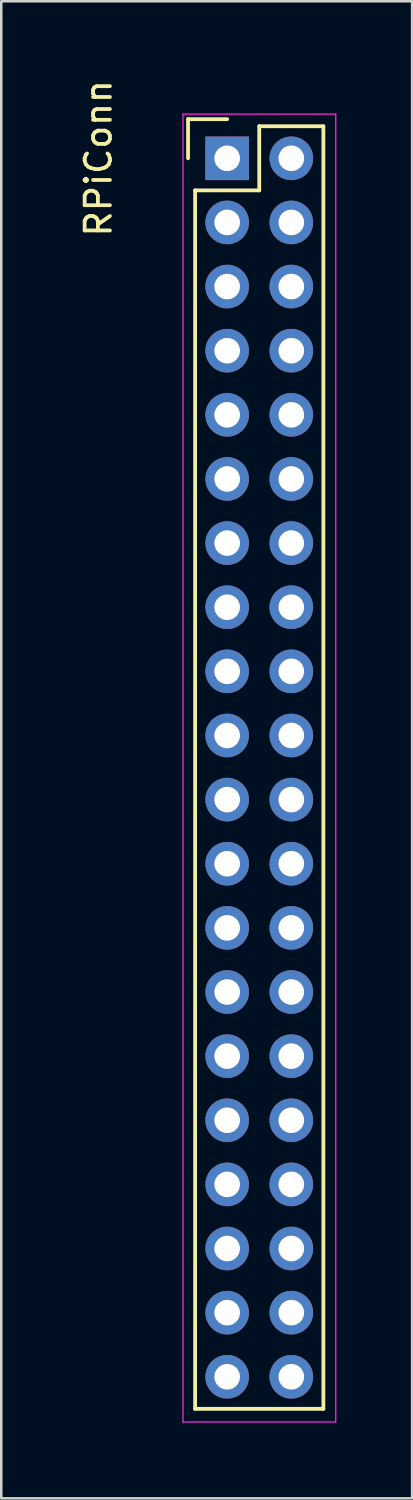
<source format=kicad_pcb>
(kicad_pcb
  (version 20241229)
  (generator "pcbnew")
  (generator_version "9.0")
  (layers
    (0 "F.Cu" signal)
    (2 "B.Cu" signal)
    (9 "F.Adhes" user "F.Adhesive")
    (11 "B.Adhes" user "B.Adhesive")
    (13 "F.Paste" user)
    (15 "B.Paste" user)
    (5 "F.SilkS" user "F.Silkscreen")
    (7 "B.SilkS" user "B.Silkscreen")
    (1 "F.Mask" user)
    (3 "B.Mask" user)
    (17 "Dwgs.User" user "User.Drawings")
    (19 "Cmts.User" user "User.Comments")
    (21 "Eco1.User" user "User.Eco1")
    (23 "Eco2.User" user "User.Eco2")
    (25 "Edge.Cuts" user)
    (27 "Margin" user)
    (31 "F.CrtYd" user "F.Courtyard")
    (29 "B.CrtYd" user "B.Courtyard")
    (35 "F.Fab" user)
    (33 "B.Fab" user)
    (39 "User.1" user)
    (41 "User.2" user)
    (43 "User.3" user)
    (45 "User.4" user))
  (footprint "RPiConn"
    (layer "F.Cu")
    (at 6.948 23.72)
    (property "Reference" "RPiConn" (at -6.1 -20.5 90) (layer "F.SilkS") (effects (font (size 1 1) (thickness 0.15))))
    (attr through_hole)
    (fp_line (start -2.55 -22.05) (end -1 -22.05) (stroke (width 0.15) (type solid)) (layer "F.SilkS"))
    (fp_line (start -2.55 -20.5) (end -2.55 -22.05) (stroke (width 0.15) (type solid)) (layer "F.SilkS"))
    (fp_line (start -2.27 -19.23) (end -2.27 29.03) (stroke (width 0.15) (type solid)) (layer "F.SilkS"))
    (fp_line (start 0.27 -21.77) (end 0.27 -19.23) (stroke (width 0.15) (type solid)) (layer "F.SilkS"))
    (fp_line (start 0.27 -19.23) (end -2.27 -19.23) (stroke (width 0.15) (type solid)) (layer "F.SilkS"))
    (fp_line (start 2.81 -21.77) (end 0.27 -21.77) (stroke (width 0.15) (type solid)) (layer "F.SilkS"))
    (fp_line (start 2.81 29.03) (end -2.27 29.03) (stroke (width 0.15) (type solid)) (layer "F.SilkS"))
    (fp_line (start 2.81 29.03) (end 2.81 -21.77) (stroke (width 0.15) (type solid)) (layer "F.SilkS"))
    (fp_line (start -2.75 -22.25) (end -2.75 29.55) (stroke (width 0.05) (type solid)) (layer "F.CrtYd"))
    (fp_line (start -2.75 -22.25) (end 3.3 -22.25) (stroke (width 0.05) (type solid)) (layer "F.CrtYd"))
    (fp_line (start -2.75 29.55) (end 3.3 29.55) (stroke (width 0.05) (type solid)) (layer "F.CrtYd"))
    (fp_line (start 3.3 -22.25) (end 3.3 29.55) (stroke (width 0.05) (type solid)) (layer "F.CrtYd"))
    (pad "1" thru_hole rect (at -1 -20.5 90) (size 1.727 1.727) (drill 1.016) (layers "*.Cu" "*.Mask"))
    (pad "2" thru_hole oval (at 1.54 -20.5 90) (size 1.727 1.727) (drill 1.016) (layers "*.Cu" "*.Mask"))
    (pad "3" thru_hole oval (at -1 -17.96 90) (size 1.727 1.727) (drill 1.016) (layers "*.Cu" "*.Mask"))
    (pad "4" thru_hole oval (at 1.54 -17.96 90) (size 1.727 1.727) (drill 1.016) (layers "*.Cu" "*.Mask"))
    (pad "5" thru_hole oval (at -1 -15.42 90) (size 1.727 1.727) (drill 1.016) (layers "*.Cu" "*.Mask"))
    (pad "6" thru_hole oval (at 1.54 -15.42 90) (size 1.727 1.727) (drill 1.016) (layers "*.Cu" "*.Mask"))
    (pad "7" thru_hole oval (at -1 -12.88 90) (size 1.727 1.727) (drill 1.016) (layers "*.Cu" "*.Mask"))
    (pad "8" thru_hole oval (at 1.54 -12.88 90) (size 1.727 1.727) (drill 1.016) (layers "*.Cu" "*.Mask"))
    (pad "9" thru_hole oval (at -1 -10.34 90) (size 1.727 1.727) (drill 1.016) (layers "*.Cu" "*.Mask"))
    (pad "10" thru_hole oval (at 1.54 -10.34 90) (size 1.727 1.727) (drill 1.016) (layers "*.Cu" "*.Mask"))
    (pad "11" thru_hole oval (at -1 -7.8 90) (size 1.727 1.727) (drill 1.016) (layers "*.Cu" "*.Mask"))
    (pad "12" thru_hole oval (at 1.54 -7.8 90) (size 1.727 1.727) (drill 1.016) (layers "*.Cu" "*.Mask"))
    (pad "13" thru_hole oval (at -1 -5.26 90) (size 1.727 1.727) (drill 1.016) (layers "*.Cu" "*.Mask"))
    (pad "14" thru_hole oval (at 1.54 -5.26 90) (size 1.727 1.727) (drill 1.016) (layers "*.Cu" "*.Mask"))
    (pad "15" thru_hole oval (at -1 -2.72 90) (size 1.727 1.727) (drill 1.016) (layers "*.Cu" "*.Mask"))
    (pad "16" thru_hole oval (at 1.54 -2.72 90) (size 1.727 1.727) (drill 1.016) (layers "*.Cu" "*.Mask"))
    (pad "17" thru_hole oval (at -1 -0.18 90) (size 1.727 1.727) (drill 1.016) (layers "*.Cu" "*.Mask"))
    (pad "18" thru_hole oval (at 1.54 -0.18 90) (size 1.727 1.727) (drill 1.016) (layers "*.Cu" "*.Mask"))
    (pad "19" thru_hole oval (at -1 2.36 90) (size 1.727 1.727) (drill 1.016) (layers "*.Cu" "*.Mask"))
    (pad "20" thru_hole oval (at 1.54 2.36 90) (size 1.727 1.727) (drill 1.016) (layers "*.Cu" "*.Mask"))
    (pad "21" thru_hole oval (at -1 4.9 90) (size 1.727 1.727) (drill 1.016) (layers "*.Cu" "*.Mask"))
    (pad "22" thru_hole oval (at 1.54 4.9 90) (size 1.727 1.727) (drill 1.016) (layers "*.Cu" "*.Mask"))
    (pad "23" thru_hole oval (at -1 7.44 90) (size 1.727 1.727) (drill 1.016) (layers "*.Cu" "*.Mask"))
    (pad "24" thru_hole oval (at 1.54 7.44 90) (size 1.727 1.727) (drill 1.016) (layers "*.Cu" "*.Mask"))
    (pad "25" thru_hole oval (at -1 9.98 90) (size 1.727 1.727) (drill 1.016) (layers "*.Cu" "*.Mask"))
    (pad "26" thru_hole oval (at 1.54 9.98 90) (size 1.727 1.727) (drill 1.016) (layers "*.Cu" "*.Mask"))
    (pad "27" thru_hole oval (at -1 12.52 90) (size 1.727 1.727) (drill 1.016) (layers "*.Cu" "*.Mask"))
    (pad "28" thru_hole oval (at 1.54 12.52 90) (size 1.727 1.727) (drill 1.016) (layers "*.Cu" "*.Mask"))
    (pad "29" thru_hole oval (at -1 15.06 90) (size 1.727 1.727) (drill 1.016) (layers "*.Cu" "*.Mask"))
    (pad "30" thru_hole oval (at 1.54 15.06 90) (size 1.727 1.727) (drill 1.016) (layers "*.Cu" "*.Mask"))
    (pad "31" thru_hole oval (at -1 17.6 90) (size 1.727 1.727) (drill 1.016) (layers "*.Cu" "*.Mask"))
    (pad "32" thru_hole oval (at 1.54 17.6 90) (size 1.727 1.727) (drill 1.016) (layers "*.Cu" "*.Mask"))
    (pad "33" thru_hole oval (at -1 20.14 90) (size 1.727 1.727) (drill 1.016) (layers "*.Cu" "*.Mask"))
    (pad "34" thru_hole oval (at 1.54 20.14 90) (size 1.727 1.727) (drill 1.016) (layers "*.Cu" "*.Mask"))
    (pad "35" thru_hole oval (at -1 22.68 90) (size 1.727 1.727) (drill 1.016) (layers "*.Cu" "*.Mask"))
    (pad "36" thru_hole oval (at 1.54 22.68 90) (size 1.727 1.727) (drill 1.016) (layers "*.Cu" "*.Mask"))
    (pad "37" thru_hole oval (at -1 25.22 90) (size 1.727 1.727) (drill 1.016) (layers "*.Cu" "*.Mask"))
    (pad "38" thru_hole oval (at 1.54 25.22 90) (size 1.727 1.727) (drill 1.016) (layers "*.Cu" "*.Mask"))
    (pad "39" thru_hole oval (at -1 27.76 90) (size 1.727 1.727) (drill 1.016) (layers "*.Cu" "*.Mask"))
    (pad "40" thru_hole oval (at 1.54 27.76 90) (size 1.727 1.727) (drill 1.016) (layers "*.Cu" "*.Mask")))
  (gr_rect
    (start -3 -3)
    (end 13.273 56.295)
    (stroke (width 0.1) (type default))
    (fill no)
    (layer "Edge.Cuts")))
</source>
